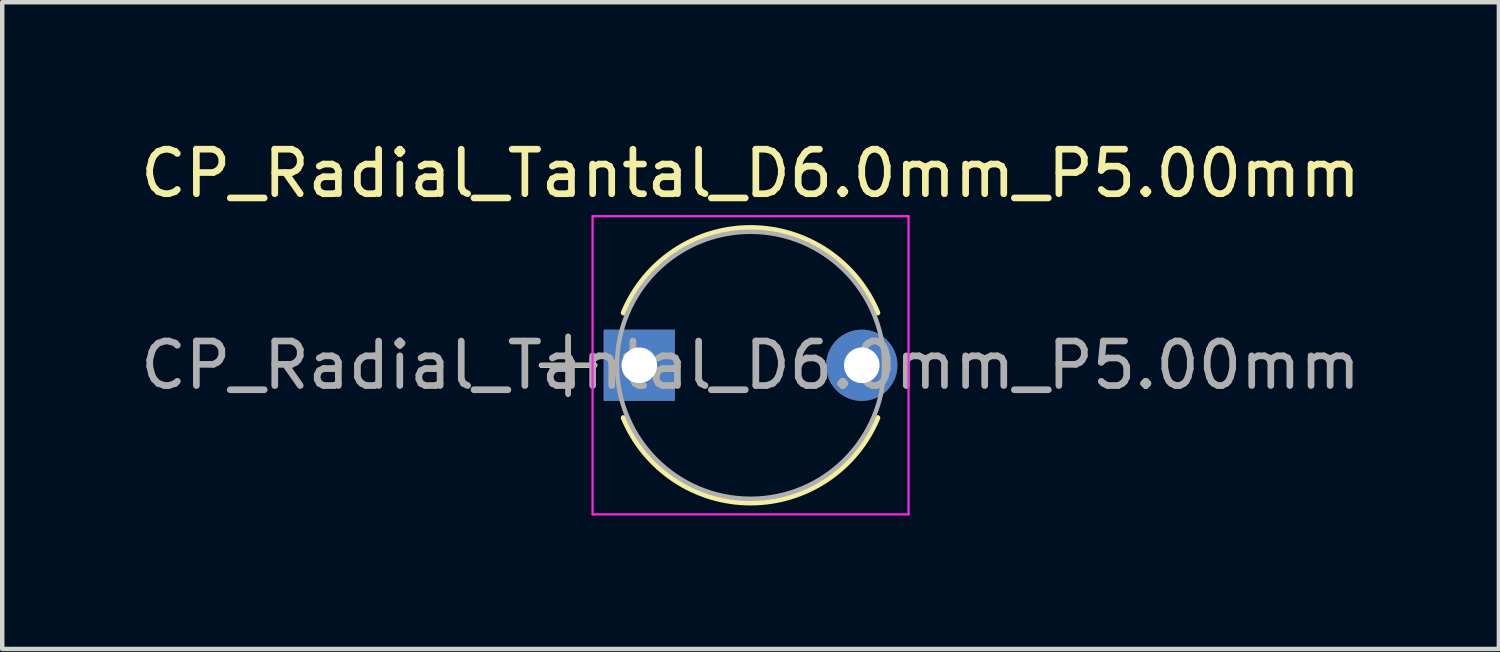
<source format=kicad_pcb>
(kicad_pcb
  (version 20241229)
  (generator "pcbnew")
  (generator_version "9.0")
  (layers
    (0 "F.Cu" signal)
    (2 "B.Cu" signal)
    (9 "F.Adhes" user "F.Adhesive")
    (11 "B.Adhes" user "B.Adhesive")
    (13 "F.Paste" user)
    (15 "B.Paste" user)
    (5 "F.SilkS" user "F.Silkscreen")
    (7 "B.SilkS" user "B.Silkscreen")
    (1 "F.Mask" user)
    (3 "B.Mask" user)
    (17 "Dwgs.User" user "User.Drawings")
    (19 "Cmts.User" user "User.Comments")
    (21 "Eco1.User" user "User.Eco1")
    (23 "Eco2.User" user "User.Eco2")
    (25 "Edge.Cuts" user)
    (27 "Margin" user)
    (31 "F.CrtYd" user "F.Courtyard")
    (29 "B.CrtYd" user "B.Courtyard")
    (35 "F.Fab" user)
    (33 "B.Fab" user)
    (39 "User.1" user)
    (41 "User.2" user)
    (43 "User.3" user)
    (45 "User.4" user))
  (footprint "CP_Radial_Tantal_D6.0mm_P5.00mm"
    (layer "F.Cu")
    (at 11.315 5.158)
    (property "Reference" "CP_Radial_Tantal_D6.0mm_P5.00mm" (at 2.5 -4.31 0) (layer "F.SilkS") (effects (font (size 1 1) (thickness 0.15))))
    (attr through_hole)
    (fp_line (start -2.2 0) (end -1 0) (stroke (width 0.12) (type solid)) (layer "F.SilkS"))
    (fp_line (start -1.6 -0.65) (end -1.6 0.65) (stroke (width 0.12) (type solid)) (layer "F.SilkS"))
    (fp_arc (start -0.355819 -1.18) (mid 2.5 -3.09) (end 5.355819 -1.18) (stroke (width 0.12) (type solid)) (layer "F.SilkS"))
    (fp_arc (start 5.355819 1.18) (mid 2.5 3.09) (end -0.355819 1.18) (stroke (width 0.12) (type solid)) (layer "F.SilkS"))
    (fp_line (start -1.05 -3.35) (end -1.05 3.35) (stroke (width 0.05) (type solid)) (layer "F.CrtYd"))
    (fp_line (start -1.05 3.35) (end 6.05 3.35) (stroke (width 0.05) (type solid)) (layer "F.CrtYd"))
    (fp_line (start 6.05 -3.35) (end -1.05 -3.35) (stroke (width 0.05) (type solid)) (layer "F.CrtYd"))
    (fp_line (start 6.05 3.35) (end 6.05 -3.35) (stroke (width 0.05) (type solid)) (layer "F.CrtYd"))
    (fp_line (start -2.2 0) (end -1 0) (stroke (width 0.1) (type solid)) (layer "F.Fab"))
    (fp_line (start -1.6 -0.65) (end -1.6 0.65) (stroke (width 0.1) (type solid)) (layer "F.Fab"))
    (fp_circle (center 2.5 0) (end 5.5 0) (stroke (width 0.1) (type solid)) (fill no) (layer "F.Fab"))
    (fp_text user "${REFERENCE}" (at 2.5 0 0) (layer "F.Fab") (effects (font (size 1 1) (thickness 0.15))))
    (pad "1" thru_hole rect (at 0 0) (size 1.6 1.6) (drill 0.8) (layers "*.Cu" "*.Mask"))
    (pad "2" thru_hole circle (at 5 0) (size 1.6 1.6) (drill 0.8) (layers "*.Cu" "*.Mask")))
  (gr_rect
    (start -3 -3)
    (end 30.631 11.533)
    (stroke (width 0.1) (type default))
    (fill no)
    (layer "Edge.Cuts")))
</source>
